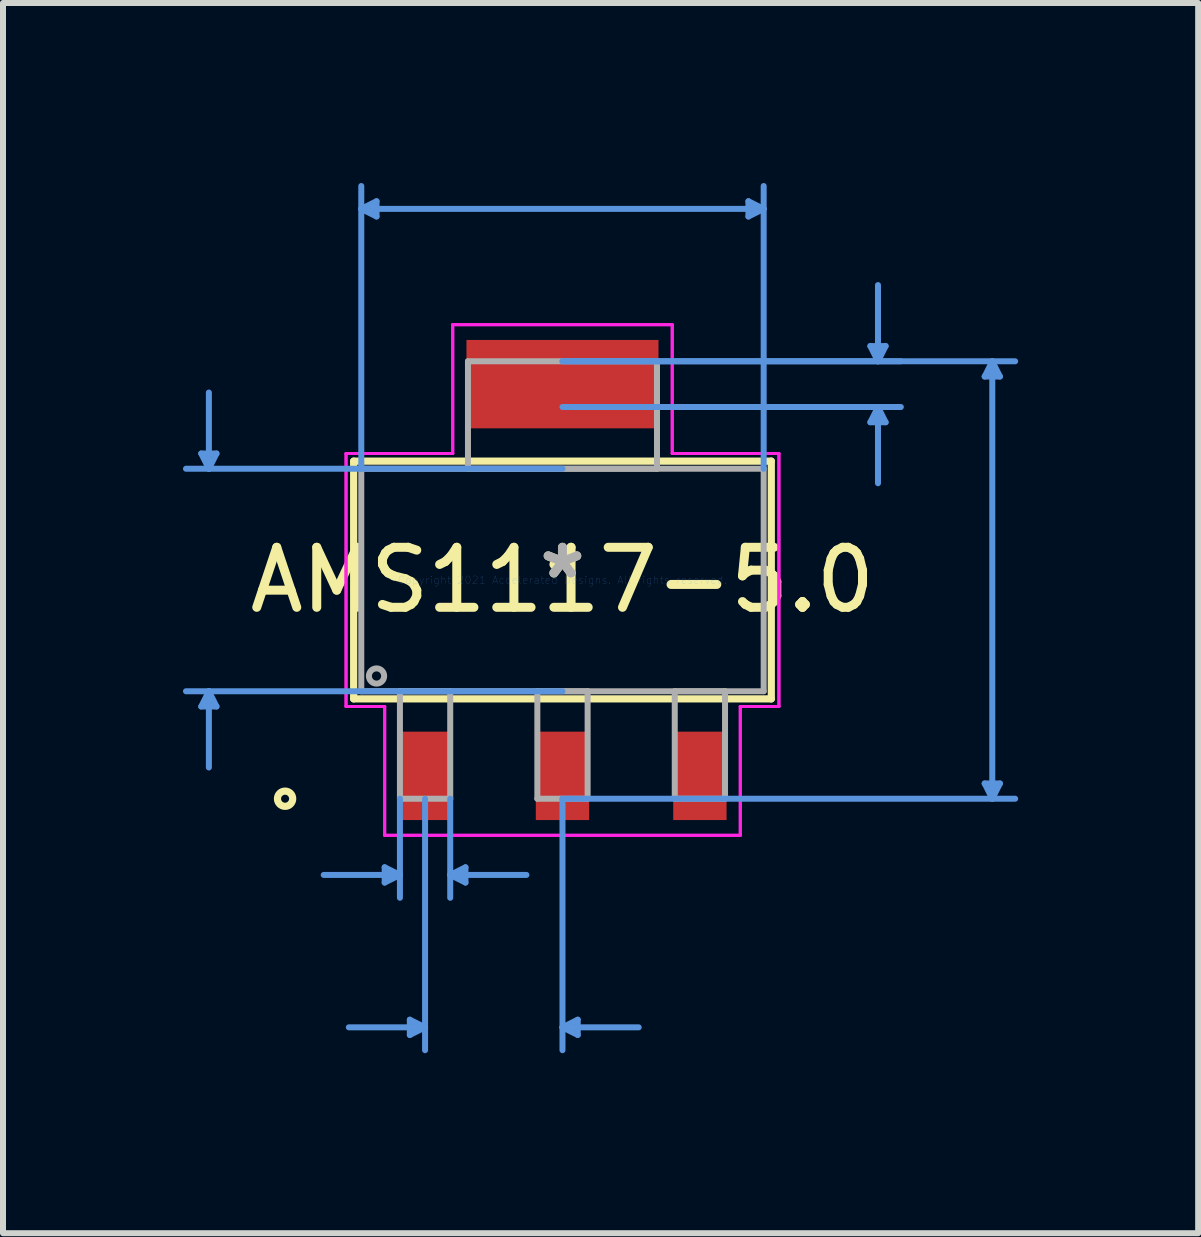
<source format=kicad_pcb>
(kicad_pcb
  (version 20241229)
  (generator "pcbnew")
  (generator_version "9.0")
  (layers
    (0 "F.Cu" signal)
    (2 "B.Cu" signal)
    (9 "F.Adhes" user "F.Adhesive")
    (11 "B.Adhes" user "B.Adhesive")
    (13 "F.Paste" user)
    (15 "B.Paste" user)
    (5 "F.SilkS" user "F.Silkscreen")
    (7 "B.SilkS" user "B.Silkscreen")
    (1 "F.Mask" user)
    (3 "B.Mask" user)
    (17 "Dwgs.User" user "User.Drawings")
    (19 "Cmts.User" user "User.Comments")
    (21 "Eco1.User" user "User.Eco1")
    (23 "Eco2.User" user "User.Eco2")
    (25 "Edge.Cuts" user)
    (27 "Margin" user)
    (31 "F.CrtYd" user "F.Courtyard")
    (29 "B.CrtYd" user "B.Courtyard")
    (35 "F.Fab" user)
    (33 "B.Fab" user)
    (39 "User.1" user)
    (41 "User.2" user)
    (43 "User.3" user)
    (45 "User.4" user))
  (footprint "AMS1117-5.0"
    (layer "F.Cu")
    (at 6.324 6.616)
    (property "Reference" "AMS1117-5.0" (at 0 0 0) (layer "F.SilkS") (effects (font (size 1 1) (thickness 0.15))))
    (attr through_hole)
    (fp_line (start -3.48 -1.981) (end -3.48 1.981) (stroke (width 0.12) (type solid)) (layer "F.SilkS"))
    (fp_line (start -3.48 1.981) (end 3.48 1.981) (stroke (width 0.12) (type solid)) (layer "F.SilkS"))
    (fp_line (start 3.48 -1.981) (end -3.48 -1.981) (stroke (width 0.12) (type solid)) (layer "F.SilkS"))
    (fp_line (start 3.48 1.981) (end 3.48 -1.981) (stroke (width 0.12) (type solid)) (layer "F.SilkS"))
    (fp_circle (center -4.623 3.645) (end -4.496 3.645) (stroke (width 0.12) (type solid)) (fill no) (layer "F.SilkS"))
    (fp_line (start -6.02 -2.108) (end -5.766 -2.108) (stroke (width 0.1) (type solid)) (layer "Cmts.User"))
    (fp_line (start -6.02 2.108) (end -5.766 2.108) (stroke (width 0.1) (type solid)) (layer "Cmts.User"))
    (fp_line (start -5.893 -1.854) (end -6.02 -2.108) (stroke (width 0.1) (type solid)) (layer "Cmts.User"))
    (fp_line (start -5.893 -1.854) (end -5.893 -3.124) (stroke (width 0.1) (type solid)) (layer "Cmts.User"))
    (fp_line (start -5.893 -1.854) (end -5.766 -2.108) (stroke (width 0.1) (type solid)) (layer "Cmts.User"))
    (fp_line (start -5.893 1.854) (end -6.02 2.108) (stroke (width 0.1) (type solid)) (layer "Cmts.User"))
    (fp_line (start -5.893 1.854) (end -5.893 3.124) (stroke (width 0.1) (type solid)) (layer "Cmts.User"))
    (fp_line (start -5.893 1.854) (end -5.766 2.108) (stroke (width 0.1) (type solid)) (layer "Cmts.User"))
    (fp_line (start -3.353 -6.185) (end -3.099 -6.312) (stroke (width 0.1) (type solid)) (layer "Cmts.User"))
    (fp_line (start -3.353 -6.185) (end -3.099 -6.058) (stroke (width 0.1) (type solid)) (layer "Cmts.User"))
    (fp_line (start -3.353 -6.185) (end 3.353 -6.185) (stroke (width 0.1) (type solid)) (layer "Cmts.User"))
    (fp_line (start -3.353 -1.854) (end -3.353 -6.566) (stroke (width 0.1) (type solid)) (layer "Cmts.User"))
    (fp_line (start -3.099 -6.312) (end -3.099 -6.058) (stroke (width 0.1) (type solid)) (layer "Cmts.User"))
    (fp_line (start -2.963 4.788) (end -2.963 5.042) (stroke (width 0.1) (type solid)) (layer "Cmts.User"))
    (fp_line (start -2.709 3.645) (end -2.709 5.296) (stroke (width 0.1) (type solid)) (layer "Cmts.User"))
    (fp_line (start -2.709 4.915) (end -3.979 4.915) (stroke (width 0.1) (type solid)) (layer "Cmts.User"))
    (fp_line (start -2.709 4.915) (end -2.963 4.788) (stroke (width 0.1) (type solid)) (layer "Cmts.User"))
    (fp_line (start -2.709 4.915) (end -2.963 5.042) (stroke (width 0.1) (type solid)) (layer "Cmts.User"))
    (fp_line (start -2.544 7.328) (end -2.544 7.582) (stroke (width 0.1) (type solid)) (layer "Cmts.User"))
    (fp_line (start -2.29 3.645) (end -2.29 7.836) (stroke (width 0.1) (type solid)) (layer "Cmts.User"))
    (fp_line (start -2.29 7.455) (end -3.56 7.455) (stroke (width 0.1) (type solid)) (layer "Cmts.User"))
    (fp_line (start -2.29 7.455) (end -2.544 7.328) (stroke (width 0.1) (type solid)) (layer "Cmts.User"))
    (fp_line (start -2.29 7.455) (end -2.544 7.582) (stroke (width 0.1) (type solid)) (layer "Cmts.User"))
    (fp_line (start -1.871 3.645) (end -1.871 5.296) (stroke (width 0.1) (type solid)) (layer "Cmts.User"))
    (fp_line (start -1.871 4.915) (end -1.617 4.788) (stroke (width 0.1) (type solid)) (layer "Cmts.User"))
    (fp_line (start -1.871 4.915) (end -1.617 5.042) (stroke (width 0.1) (type solid)) (layer "Cmts.User"))
    (fp_line (start -1.871 4.915) (end -0.601 4.915) (stroke (width 0.1) (type solid)) (layer "Cmts.User"))
    (fp_line (start -1.617 4.788) (end -1.617 5.042) (stroke (width 0.1) (type solid)) (layer "Cmts.User"))
    (fp_line (start 0 -3.645) (end 5.639 -3.645) (stroke (width 0.1) (type solid)) (layer "Cmts.User"))
    (fp_line (start 0 -3.645) (end 7.544 -3.645) (stroke (width 0.1) (type solid)) (layer "Cmts.User"))
    (fp_line (start 0 -2.883) (end 5.639 -2.883) (stroke (width 0.1) (type solid)) (layer "Cmts.User"))
    (fp_line (start 0 -1.854) (end -6.274 -1.854) (stroke (width 0.1) (type solid)) (layer "Cmts.User"))
    (fp_line (start 0 1.854) (end -6.274 1.854) (stroke (width 0.1) (type solid)) (layer "Cmts.User"))
    (fp_line (start 0 3.645) (end 0 7.836) (stroke (width 0.1) (type solid)) (layer "Cmts.User"))
    (fp_line (start 0 3.645) (end 7.544 3.645) (stroke (width 0.1) (type solid)) (layer "Cmts.User"))
    (fp_line (start 0 7.455) (end 0.254 7.328) (stroke (width 0.1) (type solid)) (layer "Cmts.User"))
    (fp_line (start 0 7.455) (end 0.254 7.582) (stroke (width 0.1) (type solid)) (layer "Cmts.User"))
    (fp_line (start 0 7.455) (end 1.27 7.455) (stroke (width 0.1) (type solid)) (layer "Cmts.User"))
    (fp_line (start 0.254 7.328) (end 0.254 7.582) (stroke (width 0.1) (type solid)) (layer "Cmts.User"))
    (fp_line (start 3.099 -6.312) (end 3.099 -6.058) (stroke (width 0.1) (type solid)) (layer "Cmts.User"))
    (fp_line (start 3.353 -6.185) (end 3.099 -6.312) (stroke (width 0.1) (type solid)) (layer "Cmts.User"))
    (fp_line (start 3.353 -6.185) (end 3.099 -6.058) (stroke (width 0.1) (type solid)) (layer "Cmts.User"))
    (fp_line (start 3.353 -1.854) (end 3.353 -6.566) (stroke (width 0.1) (type solid)) (layer "Cmts.User"))
    (fp_line (start 5.131 -3.899) (end 5.385 -3.899) (stroke (width 0.1) (type solid)) (layer "Cmts.User"))
    (fp_line (start 5.131 -2.629) (end 5.385 -2.629) (stroke (width 0.1) (type solid)) (layer "Cmts.User"))
    (fp_line (start 5.258 -3.645) (end 5.131 -3.899) (stroke (width 0.1) (type solid)) (layer "Cmts.User"))
    (fp_line (start 5.258 -3.645) (end 5.258 -4.915) (stroke (width 0.1) (type solid)) (layer "Cmts.User"))
    (fp_line (start 5.258 -3.645) (end 5.385 -3.899) (stroke (width 0.1) (type solid)) (layer "Cmts.User"))
    (fp_line (start 5.258 -2.883) (end 5.131 -2.629) (stroke (width 0.1) (type solid)) (layer "Cmts.User"))
    (fp_line (start 5.258 -2.883) (end 5.258 -1.613) (stroke (width 0.1) (type solid)) (layer "Cmts.User"))
    (fp_line (start 5.258 -2.883) (end 5.385 -2.629) (stroke (width 0.1) (type solid)) (layer "Cmts.User"))
    (fp_line (start 7.036 -3.391) (end 7.29 -3.391) (stroke (width 0.1) (type solid)) (layer "Cmts.User"))
    (fp_line (start 7.036 3.391) (end 7.29 3.391) (stroke (width 0.1) (type solid)) (layer "Cmts.User"))
    (fp_line (start 7.163 -3.645) (end 7.036 -3.391) (stroke (width 0.1) (type solid)) (layer "Cmts.User"))
    (fp_line (start 7.163 -3.645) (end 7.163 3.645) (stroke (width 0.1) (type solid)) (layer "Cmts.User"))
    (fp_line (start 7.163 -3.645) (end 7.29 -3.391) (stroke (width 0.1) (type solid)) (layer "Cmts.User"))
    (fp_line (start 7.163 3.645) (end 7.036 3.391) (stroke (width 0.1) (type solid)) (layer "Cmts.User"))
    (fp_line (start 7.163 3.645) (end 7.29 3.391) (stroke (width 0.1) (type solid)) (layer "Cmts.User"))
    (fp_line (start -3.607 -2.108) (end -1.829 -2.108) (stroke (width 0.05) (type solid)) (layer "F.CrtYd"))
    (fp_line (start -3.607 -2.108) (end -1.829 -2.108) (stroke (width 0.05) (type solid)) (layer "F.CrtYd"))
    (fp_line (start -3.607 2.108) (end -3.607 -2.108) (stroke (width 0.05) (type solid)) (layer "F.CrtYd"))
    (fp_line (start -3.607 2.108) (end -3.607 -2.108) (stroke (width 0.05) (type solid)) (layer "F.CrtYd"))
    (fp_line (start -2.963 2.108) (end -3.607 2.108) (stroke (width 0.05) (type solid)) (layer "F.CrtYd"))
    (fp_line (start -2.963 2.108) (end -3.607 2.108) (stroke (width 0.05) (type solid)) (layer "F.CrtYd"))
    (fp_line (start -2.963 4.255) (end -2.963 2.108) (stroke (width 0.05) (type solid)) (layer "F.CrtYd"))
    (fp_line (start -2.963 4.255) (end -2.963 2.108) (stroke (width 0.05) (type solid)) (layer "F.CrtYd"))
    (fp_line (start -1.829 -4.255) (end 1.829 -4.255) (stroke (width 0.05) (type solid)) (layer "F.CrtYd"))
    (fp_line (start -1.829 -4.255) (end 1.829 -4.255) (stroke (width 0.05) (type solid)) (layer "F.CrtYd"))
    (fp_line (start -1.829 -2.108) (end -1.829 -4.255) (stroke (width 0.05) (type solid)) (layer "F.CrtYd"))
    (fp_line (start -1.829 -2.108) (end -1.829 -4.255) (stroke (width 0.05) (type solid)) (layer "F.CrtYd"))
    (fp_line (start 1.829 -4.255) (end 1.829 -2.108) (stroke (width 0.05) (type solid)) (layer "F.CrtYd"))
    (fp_line (start 1.829 -4.255) (end 1.829 -2.108) (stroke (width 0.05) (type solid)) (layer "F.CrtYd"))
    (fp_line (start 1.829 -2.108) (end 3.607 -2.108) (stroke (width 0.05) (type solid)) (layer "F.CrtYd"))
    (fp_line (start 1.829 -2.108) (end 3.607 -2.108) (stroke (width 0.05) (type solid)) (layer "F.CrtYd"))
    (fp_line (start 2.963 2.108) (end 2.963 4.255) (stroke (width 0.05) (type solid)) (layer "F.CrtYd"))
    (fp_line (start 2.963 2.108) (end 2.963 4.255) (stroke (width 0.05) (type solid)) (layer "F.CrtYd"))
    (fp_line (start 2.963 4.255) (end -2.963 4.255) (stroke (width 0.05) (type solid)) (layer "F.CrtYd"))
    (fp_line (start 2.963 4.255) (end -2.963 4.255) (stroke (width 0.05) (type solid)) (layer "F.CrtYd"))
    (fp_line (start 3.607 -2.108) (end 3.607 2.108) (stroke (width 0.05) (type solid)) (layer "F.CrtYd"))
    (fp_line (start 3.607 -2.108) (end 3.607 2.108) (stroke (width 0.05) (type solid)) (layer "F.CrtYd"))
    (fp_line (start 3.607 2.108) (end 2.963 2.108) (stroke (width 0.05) (type solid)) (layer "F.CrtYd"))
    (fp_line (start 3.607 2.108) (end 2.963 2.108) (stroke (width 0.05) (type solid)) (layer "F.CrtYd"))
    (fp_line (start -3.353 -1.854) (end -3.353 1.854) (stroke (width 0.1) (type solid)) (layer "F.Fab"))
    (fp_line (start -3.353 1.854) (end 3.353 1.854) (stroke (width 0.1) (type solid)) (layer "F.Fab"))
    (fp_line (start -2.709 1.854) (end -2.709 3.645) (stroke (width 0.1) (type solid)) (layer "F.Fab"))
    (fp_line (start -2.709 3.645) (end -1.871 3.645) (stroke (width 0.1) (type solid)) (layer "F.Fab"))
    (fp_line (start -1.871 1.854) (end -2.709 1.854) (stroke (width 0.1) (type solid)) (layer "F.Fab"))
    (fp_line (start -1.871 3.645) (end -1.871 1.854) (stroke (width 0.1) (type solid)) (layer "F.Fab"))
    (fp_line (start -1.575 -3.645) (end -1.575 -1.854) (stroke (width 0.1) (type solid)) (layer "F.Fab"))
    (fp_line (start -1.575 -1.854) (end 1.575 -1.854) (stroke (width 0.1) (type solid)) (layer "F.Fab"))
    (fp_line (start -0.419 1.854) (end -0.419 3.645) (stroke (width 0.1) (type solid)) (layer "F.Fab"))
    (fp_line (start -0.419 3.645) (end 0.419 3.645) (stroke (width 0.1) (type solid)) (layer "F.Fab"))
    (fp_line (start 0.419 1.854) (end -0.419 1.854) (stroke (width 0.1) (type solid)) (layer "F.Fab"))
    (fp_line (start 0.419 3.645) (end 0.419 1.854) (stroke (width 0.1) (type solid)) (layer "F.Fab"))
    (fp_line (start 1.575 -3.645) (end -1.575 -3.645) (stroke (width 0.1) (type solid)) (layer "F.Fab"))
    (fp_line (start 1.575 -1.854) (end 1.575 -3.645) (stroke (width 0.1) (type solid)) (layer "F.Fab"))
    (fp_line (start 1.871 1.854) (end 1.871 3.645) (stroke (width 0.1) (type solid)) (layer "F.Fab"))
    (fp_line (start 1.871 3.645) (end 2.709 3.645) (stroke (width 0.1) (type solid)) (layer "F.Fab"))
    (fp_line (start 2.709 1.854) (end 1.871 1.854) (stroke (width 0.1) (type solid)) (layer "F.Fab"))
    (fp_line (start 2.709 3.645) (end 2.709 1.854) (stroke (width 0.1) (type solid)) (layer "F.Fab"))
    (fp_line (start 3.353 -1.854) (end -3.353 -1.854) (stroke (width 0.1) (type solid)) (layer "F.Fab"))
    (fp_line (start 3.353 1.854) (end 3.353 -1.854) (stroke (width 0.1) (type solid)) (layer "F.Fab"))
    (fp_circle (center -3.099 1.6) (end -2.972 1.6) (stroke (width 0.1) (type solid)) (fill no) (layer "F.Fab"))
    (fp_text user "*" (at 0 0 0) (layer "F.SilkS") (effects (font (size 1 1) (thickness 0.15))))
    (fp_text user "Copyright 2021 Accelerated Designs. All rights reserved." (at 0 0 0) (layer "Cmts.User") (effects (font (size 0.127 0.127) (thickness 0.002))))
    (fp_text user "*" (at 0 0 0) (layer "F.Fab") (effects (font (size 1 1) (thickness 0.15))))
    (pad "1" smd rect (at -2.29 3.264) (size 0.889 1.473) (layers "F.Cu" "F.Mask" "F.Paste"))
    (pad "2" smd rect (at 0 3.264) (size 0.889 1.473) (layers "F.Cu" "F.Mask" "F.Paste"))
    (pad "3" smd rect (at 2.29 3.264) (size 0.889 1.473) (layers "F.Cu" "F.Mask" "F.Paste"))
    (pad "4" smd rect (at 0 -3.264) (size 3.2 1.473) (layers "F.Cu" "F.Mask" "F.Paste")))
  (gr_rect
    (start -3 -3)
    (end 16.918 17.502)
    (stroke (width 0.1) (type default))
    (fill no)
    (layer "Edge.Cuts")))
</source>
